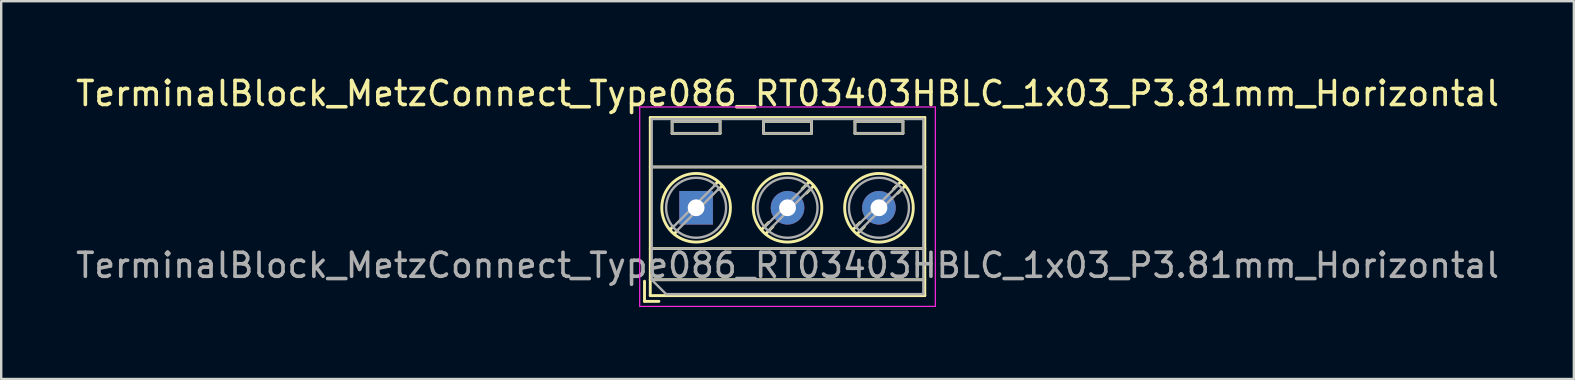
<source format=kicad_pcb>
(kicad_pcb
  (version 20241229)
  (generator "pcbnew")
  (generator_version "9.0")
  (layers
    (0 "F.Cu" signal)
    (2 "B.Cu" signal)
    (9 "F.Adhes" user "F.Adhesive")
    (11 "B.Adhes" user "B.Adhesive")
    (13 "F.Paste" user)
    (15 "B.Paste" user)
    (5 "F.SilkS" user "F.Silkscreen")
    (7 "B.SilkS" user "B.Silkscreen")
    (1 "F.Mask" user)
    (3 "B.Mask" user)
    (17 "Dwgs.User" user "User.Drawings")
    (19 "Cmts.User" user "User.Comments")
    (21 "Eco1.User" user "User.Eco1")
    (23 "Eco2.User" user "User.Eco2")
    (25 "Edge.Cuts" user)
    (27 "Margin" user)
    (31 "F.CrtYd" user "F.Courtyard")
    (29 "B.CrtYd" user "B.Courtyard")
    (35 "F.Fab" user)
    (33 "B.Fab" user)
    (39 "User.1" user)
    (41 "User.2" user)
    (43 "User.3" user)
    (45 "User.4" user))
  (footprint "TerminalBlock_MetzConnect_Type086_RT03403HBLC_1x03_P3.81mm_Horizontal"
    (layer "F.Cu")
    (at 25.958 5.608)
    (property "Reference" "TerminalBlock_MetzConnect_Type086_RT03403HBLC_1x03_P3.81mm_Horizontal" (at 3.81 -4.76 0) (layer "F.SilkS") (effects (font (size 1 1) (thickness 0.15))))
    (attr through_hole)
    (fp_line (start -2.15 3.06) (end -2.15 3.9) (stroke (width 0.12) (type solid)) (layer "F.SilkS"))
    (fp_line (start -2.15 3.9) (end -1.55 3.9) (stroke (width 0.12) (type solid)) (layer "F.SilkS"))
    (fp_line (start -1.91 -3.76) (end -1.91 3.66) (stroke (width 0.12) (type solid)) (layer "F.SilkS"))
    (fp_line (start -1.91 -3.76) (end 9.53 -3.76) (stroke (width 0.12) (type solid)) (layer "F.SilkS"))
    (fp_line (start -1.91 -1.7) (end 9.53 -1.7) (stroke (width 0.12) (type solid)) (layer "F.SilkS"))
    (fp_line (start -1.91 1.701) (end 9.53 1.701) (stroke (width 0.12) (type solid)) (layer "F.SilkS"))
    (fp_line (start -1.91 3) (end 9.53 3) (stroke (width 0.12) (type solid)) (layer "F.SilkS"))
    (fp_line (start -1.91 3.66) (end 9.53 3.66) (stroke (width 0.12) (type solid)) (layer "F.SilkS"))
    (fp_line (start -1 -3.6) (end -1 -3.1) (stroke (width 0.12) (type solid)) (layer "F.SilkS"))
    (fp_line (start -1 -3.6) (end 1 -3.6) (stroke (width 0.12) (type solid)) (layer "F.SilkS"))
    (fp_line (start -1 -3.1) (end 1 -3.1) (stroke (width 0.12) (type solid)) (layer "F.SilkS"))
    (fp_line (start -0.946 0.771) (end -1.085 0.91) (stroke (width 0.12) (type solid)) (layer "F.SilkS"))
    (fp_line (start -0.771 0.945) (end -0.911 1.085) (stroke (width 0.12) (type solid)) (layer "F.SilkS"))
    (fp_line (start 0.911 -1.085) (end 0.771 -0.945) (stroke (width 0.12) (type solid)) (layer "F.SilkS"))
    (fp_line (start 1 -3.6) (end 1 -3.1) (stroke (width 0.12) (type solid)) (layer "F.SilkS"))
    (fp_line (start 1.085 -0.91) (end 0.945 -0.771) (stroke (width 0.12) (type solid)) (layer "F.SilkS"))
    (fp_line (start 2.81 -3.6) (end 2.81 -3.1) (stroke (width 0.12) (type solid)) (layer "F.SilkS"))
    (fp_line (start 2.81 -3.6) (end 4.81 -3.6) (stroke (width 0.12) (type solid)) (layer "F.SilkS"))
    (fp_line (start 2.81 -3.1) (end 4.81 -3.1) (stroke (width 0.12) (type solid)) (layer "F.SilkS"))
    (fp_line (start 3.025 0.611) (end 2.726 0.91) (stroke (width 0.12) (type solid)) (layer "F.SilkS"))
    (fp_line (start 3.2 0.786) (end 2.9 1.085) (stroke (width 0.12) (type solid)) (layer "F.SilkS"))
    (fp_line (start 4.721 -1.085) (end 4.421 -0.786) (stroke (width 0.12) (type solid)) (layer "F.SilkS"))
    (fp_line (start 4.81 -3.6) (end 4.81 -3.1) (stroke (width 0.12) (type solid)) (layer "F.SilkS"))
    (fp_line (start 4.895 -0.91) (end 4.596 -0.611) (stroke (width 0.12) (type solid)) (layer "F.SilkS"))
    (fp_line (start 6.62 -3.6) (end 6.62 -3.1) (stroke (width 0.12) (type solid)) (layer "F.SilkS"))
    (fp_line (start 6.62 -3.6) (end 8.62 -3.6) (stroke (width 0.12) (type solid)) (layer "F.SilkS"))
    (fp_line (start 6.62 -3.1) (end 8.62 -3.1) (stroke (width 0.12) (type solid)) (layer "F.SilkS"))
    (fp_line (start 6.835 0.611) (end 6.536 0.91) (stroke (width 0.12) (type solid)) (layer "F.SilkS"))
    (fp_line (start 7.01 0.786) (end 6.71 1.085) (stroke (width 0.12) (type solid)) (layer "F.SilkS"))
    (fp_line (start 8.531 -1.085) (end 8.231 -0.786) (stroke (width 0.12) (type solid)) (layer "F.SilkS"))
    (fp_line (start 8.62 -3.6) (end 8.62 -3.1) (stroke (width 0.12) (type solid)) (layer "F.SilkS"))
    (fp_line (start 8.705 -0.91) (end 8.406 -0.611) (stroke (width 0.12) (type solid)) (layer "F.SilkS"))
    (fp_line (start 9.53 -3.76) (end 9.53 3.66) (stroke (width 0.12) (type solid)) (layer "F.SilkS"))
    (fp_circle (center 0 0) (end 1.43 0) (stroke (width 0.12) (type solid)) (fill no) (layer "F.SilkS"))
    (fp_circle (center 3.81 0) (end 5.24 0) (stroke (width 0.12) (type solid)) (fill no) (layer "F.SilkS"))
    (fp_circle (center 7.62 0) (end 9.05 0) (stroke (width 0.12) (type solid)) (fill no) (layer "F.SilkS"))
    (fp_line (start -2.35 -4.2) (end -2.35 4.11) (stroke (width 0.05) (type solid)) (layer "F.CrtYd"))
    (fp_line (start -2.35 4.11) (end 9.97 4.11) (stroke (width 0.05) (type solid)) (layer "F.CrtYd"))
    (fp_line (start 9.97 -4.2) (end -2.35 -4.2) (stroke (width 0.05) (type solid)) (layer "F.CrtYd"))
    (fp_line (start 9.97 4.11) (end 9.97 -4.2) (stroke (width 0.05) (type solid)) (layer "F.CrtYd"))
    (fp_line (start -1.85 -3.7) (end 9.47 -3.7) (stroke (width 0.1) (type solid)) (layer "F.Fab"))
    (fp_line (start -1.85 -1.7) (end 9.47 -1.7) (stroke (width 0.1) (type solid)) (layer "F.Fab"))
    (fp_line (start -1.85 1.7) (end 9.47 1.7) (stroke (width 0.1) (type solid)) (layer "F.Fab"))
    (fp_line (start -1.85 3) (end -1.85 -3.7) (stroke (width 0.1) (type solid)) (layer "F.Fab"))
    (fp_line (start -1.85 3) (end 9.47 3) (stroke (width 0.1) (type solid)) (layer "F.Fab"))
    (fp_line (start -1.25 3.6) (end -1.85 3) (stroke (width 0.1) (type solid)) (layer "F.Fab"))
    (fp_line (start -1 -3.6) (end -1 -3.1) (stroke (width 0.1) (type solid)) (layer "F.Fab"))
    (fp_line (start -1 -3.1) (end 1 -3.1) (stroke (width 0.1) (type solid)) (layer "F.Fab"))
    (fp_line (start 0.796 -0.948) (end -0.949 0.796) (stroke (width 0.1) (type solid)) (layer "F.Fab"))
    (fp_line (start 0.949 -0.796) (end -0.796 0.948) (stroke (width 0.1) (type solid)) (layer "F.Fab"))
    (fp_line (start 1 -3.6) (end -1 -3.6) (stroke (width 0.1) (type solid)) (layer "F.Fab"))
    (fp_line (start 1 -3.1) (end 1 -3.6) (stroke (width 0.1) (type solid)) (layer "F.Fab"))
    (fp_line (start 2.81 -3.6) (end 2.81 -3.1) (stroke (width 0.1) (type solid)) (layer "F.Fab"))
    (fp_line (start 2.81 -3.1) (end 4.81 -3.1) (stroke (width 0.1) (type solid)) (layer "F.Fab"))
    (fp_line (start 4.606 -0.948) (end 2.862 0.796) (stroke (width 0.1) (type solid)) (layer "F.Fab"))
    (fp_line (start 4.759 -0.796) (end 3.015 0.948) (stroke (width 0.1) (type solid)) (layer "F.Fab"))
    (fp_line (start 4.81 -3.6) (end 2.81 -3.6) (stroke (width 0.1) (type solid)) (layer "F.Fab"))
    (fp_line (start 4.81 -3.1) (end 4.81 -3.6) (stroke (width 0.1) (type solid)) (layer "F.Fab"))
    (fp_line (start 6.62 -3.6) (end 6.62 -3.1) (stroke (width 0.1) (type solid)) (layer "F.Fab"))
    (fp_line (start 6.62 -3.1) (end 8.62 -3.1) (stroke (width 0.1) (type solid)) (layer "F.Fab"))
    (fp_line (start 8.416 -0.948) (end 6.672 0.796) (stroke (width 0.1) (type solid)) (layer "F.Fab"))
    (fp_line (start 8.569 -0.796) (end 6.825 0.948) (stroke (width 0.1) (type solid)) (layer "F.Fab"))
    (fp_line (start 8.62 -3.6) (end 6.62 -3.6) (stroke (width 0.1) (type solid)) (layer "F.Fab"))
    (fp_line (start 8.62 -3.1) (end 8.62 -3.6) (stroke (width 0.1) (type solid)) (layer "F.Fab"))
    (fp_line (start 9.47 -3.7) (end 9.47 3.6) (stroke (width 0.1) (type solid)) (layer "F.Fab"))
    (fp_line (start 9.47 3.6) (end -1.25 3.6) (stroke (width 0.1) (type solid)) (layer "F.Fab"))
    (fp_circle (center 0 0) (end 1.25 0) (stroke (width 0.1) (type solid)) (fill no) (layer "F.Fab"))
    (fp_circle (center 3.81 0) (end 5.06 0) (stroke (width 0.1) (type solid)) (fill no) (layer "F.Fab"))
    (fp_circle (center 7.62 0) (end 8.87 0) (stroke (width 0.1) (type solid)) (fill no) (layer "F.Fab"))
    (fp_text user "${REFERENCE}" (at 3.81 2.4 0) (layer "F.Fab") (effects (font (size 1 1) (thickness 0.15))))
    (pad "1" thru_hole rect (at 0 0) (size 1.4 1.4) (drill 0.7) (layers "*.Cu" "*.Mask"))
    (pad "2" thru_hole circle (at 3.81 0) (size 1.4 1.4) (drill 0.7) (layers "*.Cu" "*.Mask"))
    (pad "3" thru_hole circle (at 7.62 0) (size 1.4 1.4) (drill 0.7) (layers "*.Cu" "*.Mask")))
  (gr_rect
    (start -3 -3)
    (end 62.536 12.743)
    (stroke (width 0.1) (type default))
    (fill no)
    (layer "Edge.Cuts")))
</source>
